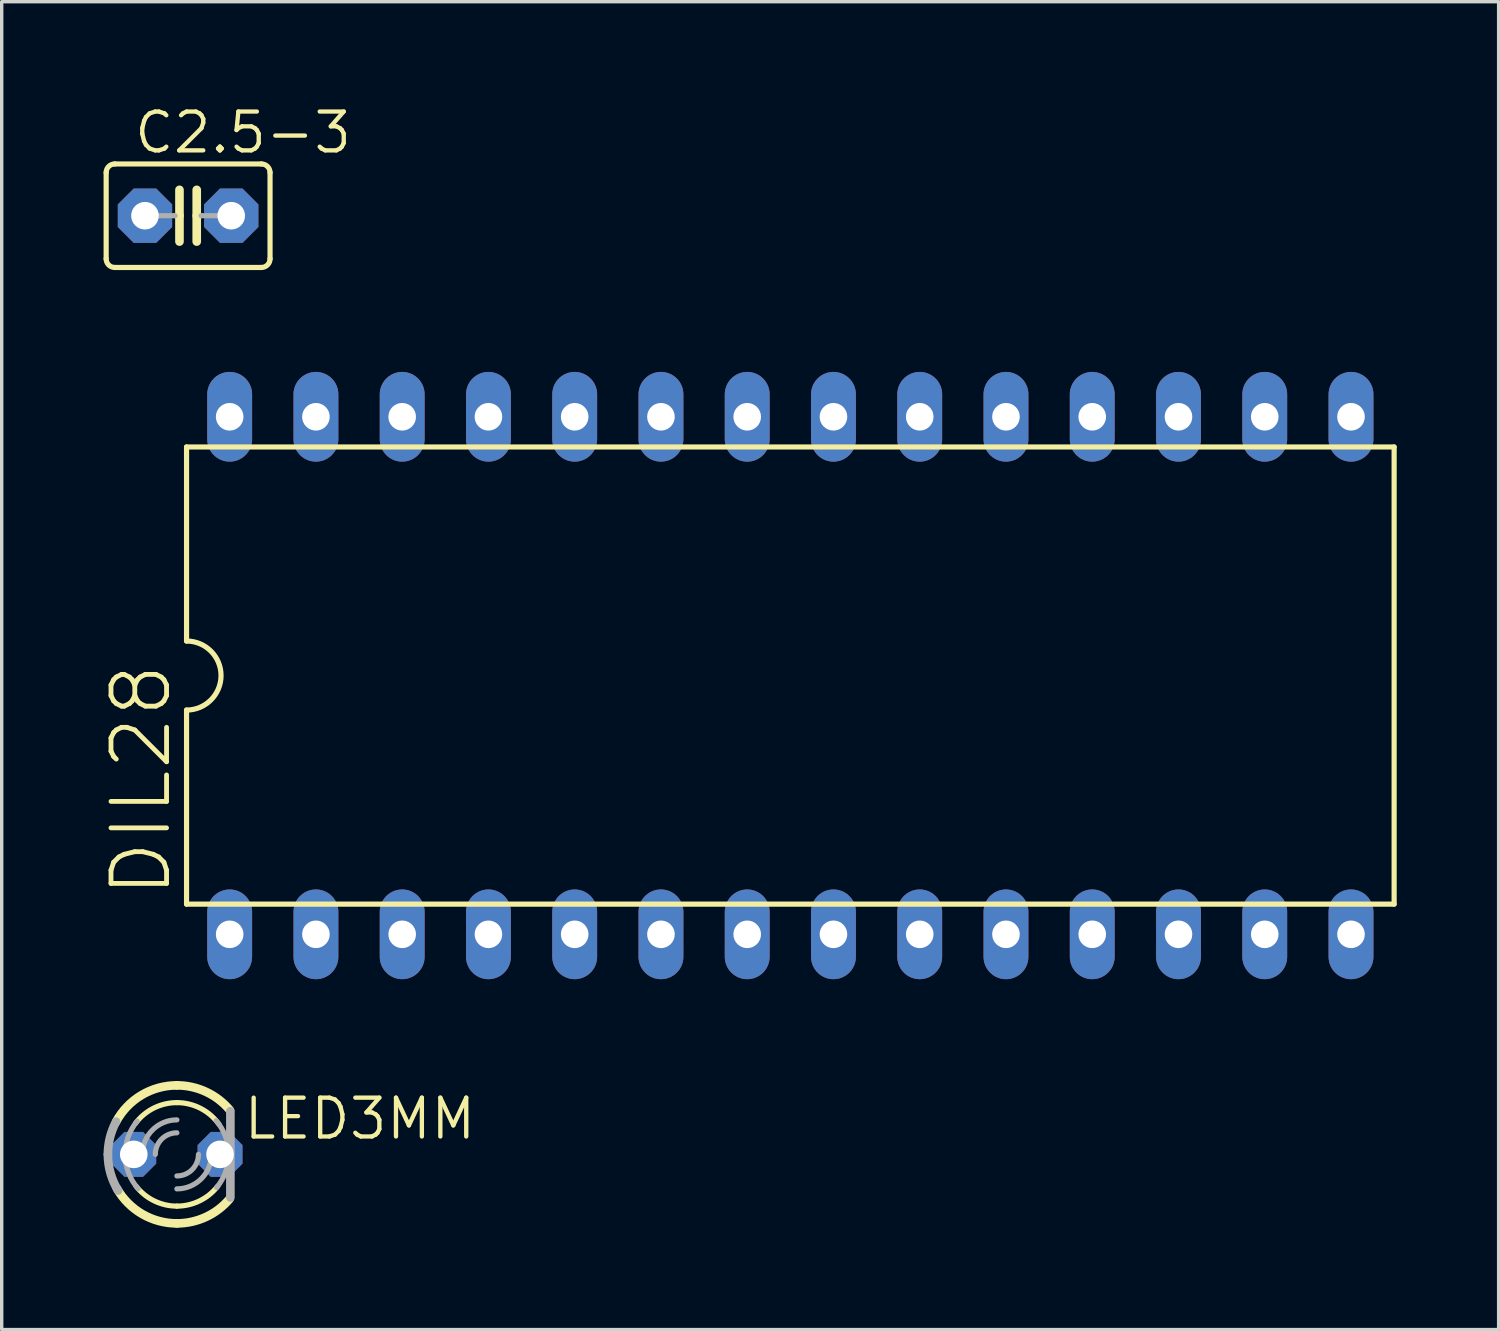
<source format=kicad_pcb>
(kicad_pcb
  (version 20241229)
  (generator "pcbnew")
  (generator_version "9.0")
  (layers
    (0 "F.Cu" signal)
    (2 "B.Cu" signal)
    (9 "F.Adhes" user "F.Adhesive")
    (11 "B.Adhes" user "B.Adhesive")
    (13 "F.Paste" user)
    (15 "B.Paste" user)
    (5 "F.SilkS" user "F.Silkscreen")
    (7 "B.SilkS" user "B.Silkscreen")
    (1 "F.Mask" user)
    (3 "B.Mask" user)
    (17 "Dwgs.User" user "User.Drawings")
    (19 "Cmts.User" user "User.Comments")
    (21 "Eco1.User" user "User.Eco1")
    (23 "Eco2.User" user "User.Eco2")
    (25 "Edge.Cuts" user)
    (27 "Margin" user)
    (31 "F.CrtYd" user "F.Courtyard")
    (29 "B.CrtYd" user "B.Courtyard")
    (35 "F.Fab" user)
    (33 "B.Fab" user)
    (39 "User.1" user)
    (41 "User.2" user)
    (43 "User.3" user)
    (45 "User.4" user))
  (footprint "DIL28"
    (layer "F.Cu")
    (at 20.223 16.843)
    (property "Reference" "DIL28" (at -18.161 6.604 90) (layer "F.SilkS") (effects (font (size 1.636 1.636) (thickness 0.142)) (justify left bottom)))
    (fp_line (start -17.78 -6.731) (end -17.78 -1.016) (stroke (width 0.152) (type solid)) (layer "F.SilkS"))
    (fp_line (start -17.78 6.731) (end -17.78 1.016) (stroke (width 0.152) (type solid)) (layer "F.SilkS"))
    (fp_line (start -17.78 6.731) (end 17.78 6.731) (stroke (width 0.152) (type solid)) (layer "F.SilkS"))
    (fp_line (start 17.78 -6.731) (end -17.78 -6.731) (stroke (width 0.152) (type solid)) (layer "F.SilkS"))
    (fp_line (start 17.78 -6.731) (end 17.78 6.731) (stroke (width 0.152) (type solid)) (layer "F.SilkS"))
    (fp_arc (start -17.78 -1.016) (mid -16.764 0) (end -17.78 1.016) (stroke (width 0.1524) (type solid)) (layer "F.SilkS"))
    (pad "1" thru_hole oval (at -16.51 7.62 90) (size 2.642 1.321) (drill 0.813) (layers "*.Cu" "*.Mask"))
    (pad "2" thru_hole oval (at -13.97 7.62 90) (size 2.642 1.321) (drill 0.813) (layers "*.Cu" "*.Mask"))
    (pad "3" thru_hole oval (at -11.43 7.62 90) (size 2.642 1.321) (drill 0.813) (layers "*.Cu" "*.Mask"))
    (pad "4" thru_hole oval (at -8.89 7.62 90) (size 2.642 1.321) (drill 0.813) (layers "*.Cu" "*.Mask"))
    (pad "5" thru_hole oval (at -6.35 7.62 90) (size 2.642 1.321) (drill 0.813) (layers "*.Cu" "*.Mask"))
    (pad "6" thru_hole oval (at -3.81 7.62 90) (size 2.642 1.321) (drill 0.813) (layers "*.Cu" "*.Mask"))
    (pad "7" thru_hole oval (at -1.27 7.62 90) (size 2.642 1.321) (drill 0.813) (layers "*.Cu" "*.Mask"))
    (pad "8" thru_hole oval (at 1.27 7.62 90) (size 2.642 1.321) (drill 0.813) (layers "*.Cu" "*.Mask"))
    (pad "9" thru_hole oval (at 3.81 7.62 90) (size 2.642 1.321) (drill 0.813) (layers "*.Cu" "*.Mask"))
    (pad "10" thru_hole oval (at 6.35 7.62 90) (size 2.642 1.321) (drill 0.813) (layers "*.Cu" "*.Mask"))
    (pad "11" thru_hole oval (at 8.89 7.62 90) (size 2.642 1.321) (drill 0.813) (layers "*.Cu" "*.Mask"))
    (pad "12" thru_hole oval (at 11.43 7.62 90) (size 2.642 1.321) (drill 0.813) (layers "*.Cu" "*.Mask"))
    (pad "13" thru_hole oval (at 13.97 7.62 90) (size 2.642 1.321) (drill 0.813) (layers "*.Cu" "*.Mask"))
    (pad "14" thru_hole oval (at 16.51 7.62 90) (size 2.642 1.321) (drill 0.813) (layers "*.Cu" "*.Mask"))
    (pad "15" thru_hole oval (at 16.51 -7.62 90) (size 2.642 1.321) (drill 0.813) (layers "*.Cu" "*.Mask"))
    (pad "16" thru_hole oval (at 13.97 -7.62 90) (size 2.642 1.321) (drill 0.813) (layers "*.Cu" "*.Mask"))
    (pad "17" thru_hole oval (at 11.43 -7.62 90) (size 2.642 1.321) (drill 0.813) (layers "*.Cu" "*.Mask"))
    (pad "18" thru_hole oval (at 8.89 -7.62 90) (size 2.642 1.321) (drill 0.813) (layers "*.Cu" "*.Mask"))
    (pad "19" thru_hole oval (at 6.35 -7.62 90) (size 2.642 1.321) (drill 0.813) (layers "*.Cu" "*.Mask"))
    (pad "20" thru_hole oval (at 3.81 -7.62 90) (size 2.642 1.321) (drill 0.813) (layers "*.Cu" "*.Mask"))
    (pad "21" thru_hole oval (at 1.27 -7.62 90) (size 2.642 1.321) (drill 0.813) (layers "*.Cu" "*.Mask"))
    (pad "22" thru_hole oval (at -1.27 -7.62 90) (size 2.642 1.321) (drill 0.813) (layers "*.Cu" "*.Mask"))
    (pad "23" thru_hole oval (at -3.81 -7.62 90) (size 2.642 1.321) (drill 0.813) (layers "*.Cu" "*.Mask"))
    (pad "24" thru_hole oval (at -6.35 -7.62 90) (size 2.642 1.321) (drill 0.813) (layers "*.Cu" "*.Mask"))
    (pad "25" thru_hole oval (at -8.89 -7.62 90) (size 2.642 1.321) (drill 0.813) (layers "*.Cu" "*.Mask"))
    (pad "26" thru_hole oval (at -11.43 -7.62 90) (size 2.642 1.321) (drill 0.813) (layers "*.Cu" "*.Mask"))
    (pad "27" thru_hole oval (at -13.97 -7.62 90) (size 2.642 1.321) (drill 0.813) (layers "*.Cu" "*.Mask"))
    (pad "28" thru_hole oval (at -16.51 -7.62 90) (size 2.642 1.321) (drill 0.813) (layers "*.Cu" "*.Mask")))
  (footprint "LED3MM"
    (layer "F.Cu")
    (at 2.159 30.943)
    (property "Reference" "LED3MM" (at 1.905 -0.381 0) (layer "F.SilkS") (effects (font (size 1.143 1.143) (thickness 0.127)) (justify left bottom)))
    (fp_arc (start -1.7929 -0.9562) (mid -1.045438 -1.7424) (end 0 -2.032) (stroke (width 0.254) (type solid)) (layer "F.SilkS"))
    (fp_arc (start -1.2192 -0.9144) (mid -0.681554 -1.363107) (end 0 -1.524) (stroke (width 0.1524) (type solid)) (layer "F.SilkS"))
    (fp_arc (start 0 -2.032) (mid 0.861864 -1.840173) (end 1.561 -1.3009) (stroke (width 0.254) (type solid)) (layer "F.SilkS"))
    (fp_arc (start 0 -1.524) (mid 0.697339 -1.355082) (end 1.2401 -0.885801) (stroke (width 0.1524) (type solid)) (layer "F.SilkS"))
    (fp_arc (start 0 1.524) (mid -0.669593 1.369018) (end -1.203 0.9356) (stroke (width 0.1524) (type solid)) (layer "F.SilkS"))
    (fp_arc (start 0 2.032) (mid -1.019924 1.757525) (end -1.7643 1.0082) (stroke (width 0.254) (type solid)) (layer "F.SilkS"))
    (fp_arc (start 1.203 0.9356) (mid 0.669593 1.369018) (end 0 1.524) (stroke (width 0.1524) (type solid)) (layer "F.SilkS"))
    (fp_arc (start 1.5512 1.3126) (mid 0.854953 1.843405) (end 0 2.032) (stroke (width 0.254) (type solid)) (layer "F.SilkS"))
    (fp_line (start 1.575 1.27) (end 1.575 -1.27) (stroke (width 0.254) (type solid)) (layer "F.Fab"))
    (fp_arc (start -2.032 0) (mid -1.970339 -0.496775) (end -1.7891 -0.9634) (stroke (width 0.254) (type solid)) (layer "F.Fab"))
    (fp_arc (start -1.7306 1.065) (mid -1.95521 0.553417) (end -2.032 0) (stroke (width 0.254) (type solid)) (layer "F.Fab"))
    (fp_arc (start -1.524 0) (mid -1.432981 -0.518783) (end -1.1708 -0.9756) (stroke (width 0.1524) (type solid)) (layer "F.Fab"))
    (fp_arc (start -1.1391 1.0125) (mid -1.42454 0.5416) (end -1.524 0) (stroke (width 0.1524) (type solid)) (layer "F.Fab"))
    (fp_arc (start -1.016 0) (mid -0.71842 -0.71842) (end 0 -1.016) (stroke (width 0.1524) (type solid)) (layer "F.Fab"))
    (fp_arc (start -0.635 0) (mid -0.449013 -0.449013) (end 0 -0.635) (stroke (width 0.1524) (type solid)) (layer "F.Fab"))
    (fp_arc (start 0.635 0) (mid 0.449013 0.449013) (end 0 0.635) (stroke (width 0.1524) (type solid)) (layer "F.Fab"))
    (fp_arc (start 1.016 0) (mid 0.71842 0.71842) (end 0 1.016) (stroke (width 0.1524) (type solid)) (layer "F.Fab"))
    (fp_arc (start 1.1571 -0.9918) (mid 1.429332 -0.528744) (end 1.524 0) (stroke (width 0.1524) (type solid)) (layer "F.Fab"))
    (fp_arc (start 1.524 0) (mid 1.432981 0.518783) (end 1.1708 0.9756) (stroke (width 0.1524) (type solid)) (layer "F.Fab"))
    (pad "A" thru_hole roundrect (at -1.27 0) (size 1.321 1.321) (drill 0.813) (layers "*.Cu" "*.Mask") (roundrect_rratio 0.25) (chamfer_ratio 0.293) (chamfer top_left top_right bottom_left bottom_right))
    (pad "K" thru_hole roundrect (at 1.27 0) (size 1.321 1.321) (drill 0.813) (layers "*.Cu" "*.Mask") (roundrect_rratio 0.25) (chamfer_ratio 0.293) (chamfer top_left top_right bottom_left bottom_right)))
  (footprint "C2.5-3"
    (layer "F.Cu")
    (at 2.489 3.302)
    (property "Reference" "C2.5-3" (at -1.651 -1.778 0) (layer "F.SilkS") (effects (font (size 1.143 1.143) (thickness 0.127)) (justify left bottom)))
    (fp_line (start -2.413 -1.27) (end -2.413 1.27) (stroke (width 0.152) (type solid)) (layer "F.SilkS"))
    (fp_line (start -2.159 -1.524) (end 2.159 -1.524) (stroke (width 0.152) (type solid)) (layer "F.SilkS"))
    (fp_line (start -0.254 -0.762) (end -0.254 0) (stroke (width 0.254) (type solid)) (layer "F.SilkS"))
    (fp_line (start -0.254 0) (end -0.381 0) (stroke (width 0.152) (type solid)) (layer "F.SilkS"))
    (fp_line (start -0.254 0) (end -0.254 0.762) (stroke (width 0.254) (type solid)) (layer "F.SilkS"))
    (fp_line (start 0.254 0) (end 0.254 -0.762) (stroke (width 0.254) (type solid)) (layer "F.SilkS"))
    (fp_line (start 0.254 0) (end 0.254 0.762) (stroke (width 0.254) (type solid)) (layer "F.SilkS"))
    (fp_line (start 0.381 0) (end 0.254 0) (stroke (width 0.152) (type solid)) (layer "F.SilkS"))
    (fp_line (start 2.159 1.524) (end -2.159 1.524) (stroke (width 0.152) (type solid)) (layer "F.SilkS"))
    (fp_line (start 2.413 -1.27) (end 2.413 1.27) (stroke (width 0.152) (type solid)) (layer "F.SilkS"))
    (fp_arc (start -2.413 -1.27) (mid -2.338605 -1.449605) (end -2.159 -1.524) (stroke (width 0.1524) (type solid)) (layer "F.SilkS"))
    (fp_arc (start -2.159 1.524) (mid -2.338605 1.449605) (end -2.413 1.27) (stroke (width 0.1524) (type solid)) (layer "F.SilkS"))
    (fp_arc (start 2.159 -1.524) (mid 2.338605 -1.449605) (end 2.413 -1.27) (stroke (width 0.1524) (type solid)) (layer "F.SilkS"))
    (fp_arc (start 2.413 1.27) (mid 2.338605 1.449605) (end 2.159 1.524) (stroke (width 0.1524) (type solid)) (layer "F.SilkS"))
    (fp_line (start -0.381 0) (end -1.27 0) (stroke (width 0.152) (type solid)) (layer "F.Fab"))
    (fp_line (start 1.27 0) (end 0.381 0) (stroke (width 0.152) (type solid)) (layer "F.Fab"))
    (pad "1" thru_hole roundrect (at -1.27 0) (size 1.6 1.6) (drill 0.813) (layers "*.Cu" "*.Mask") (roundrect_rratio 0.25) (chamfer_ratio 0.293) (chamfer top_left top_right bottom_left bottom_right))
    (pad "2" thru_hole roundrect (at 1.27 0) (size 1.6 1.6) (drill 0.813) (layers "*.Cu" "*.Mask") (roundrect_rratio 0.25) (chamfer_ratio 0.293) (chamfer top_left top_right bottom_left bottom_right)))
  (gr_rect
    (start -3 -3)
    (end 41.08 36.102)
    (stroke (width 0.1) (type default))
    (fill no)
    (layer "Edge.Cuts")))
</source>
